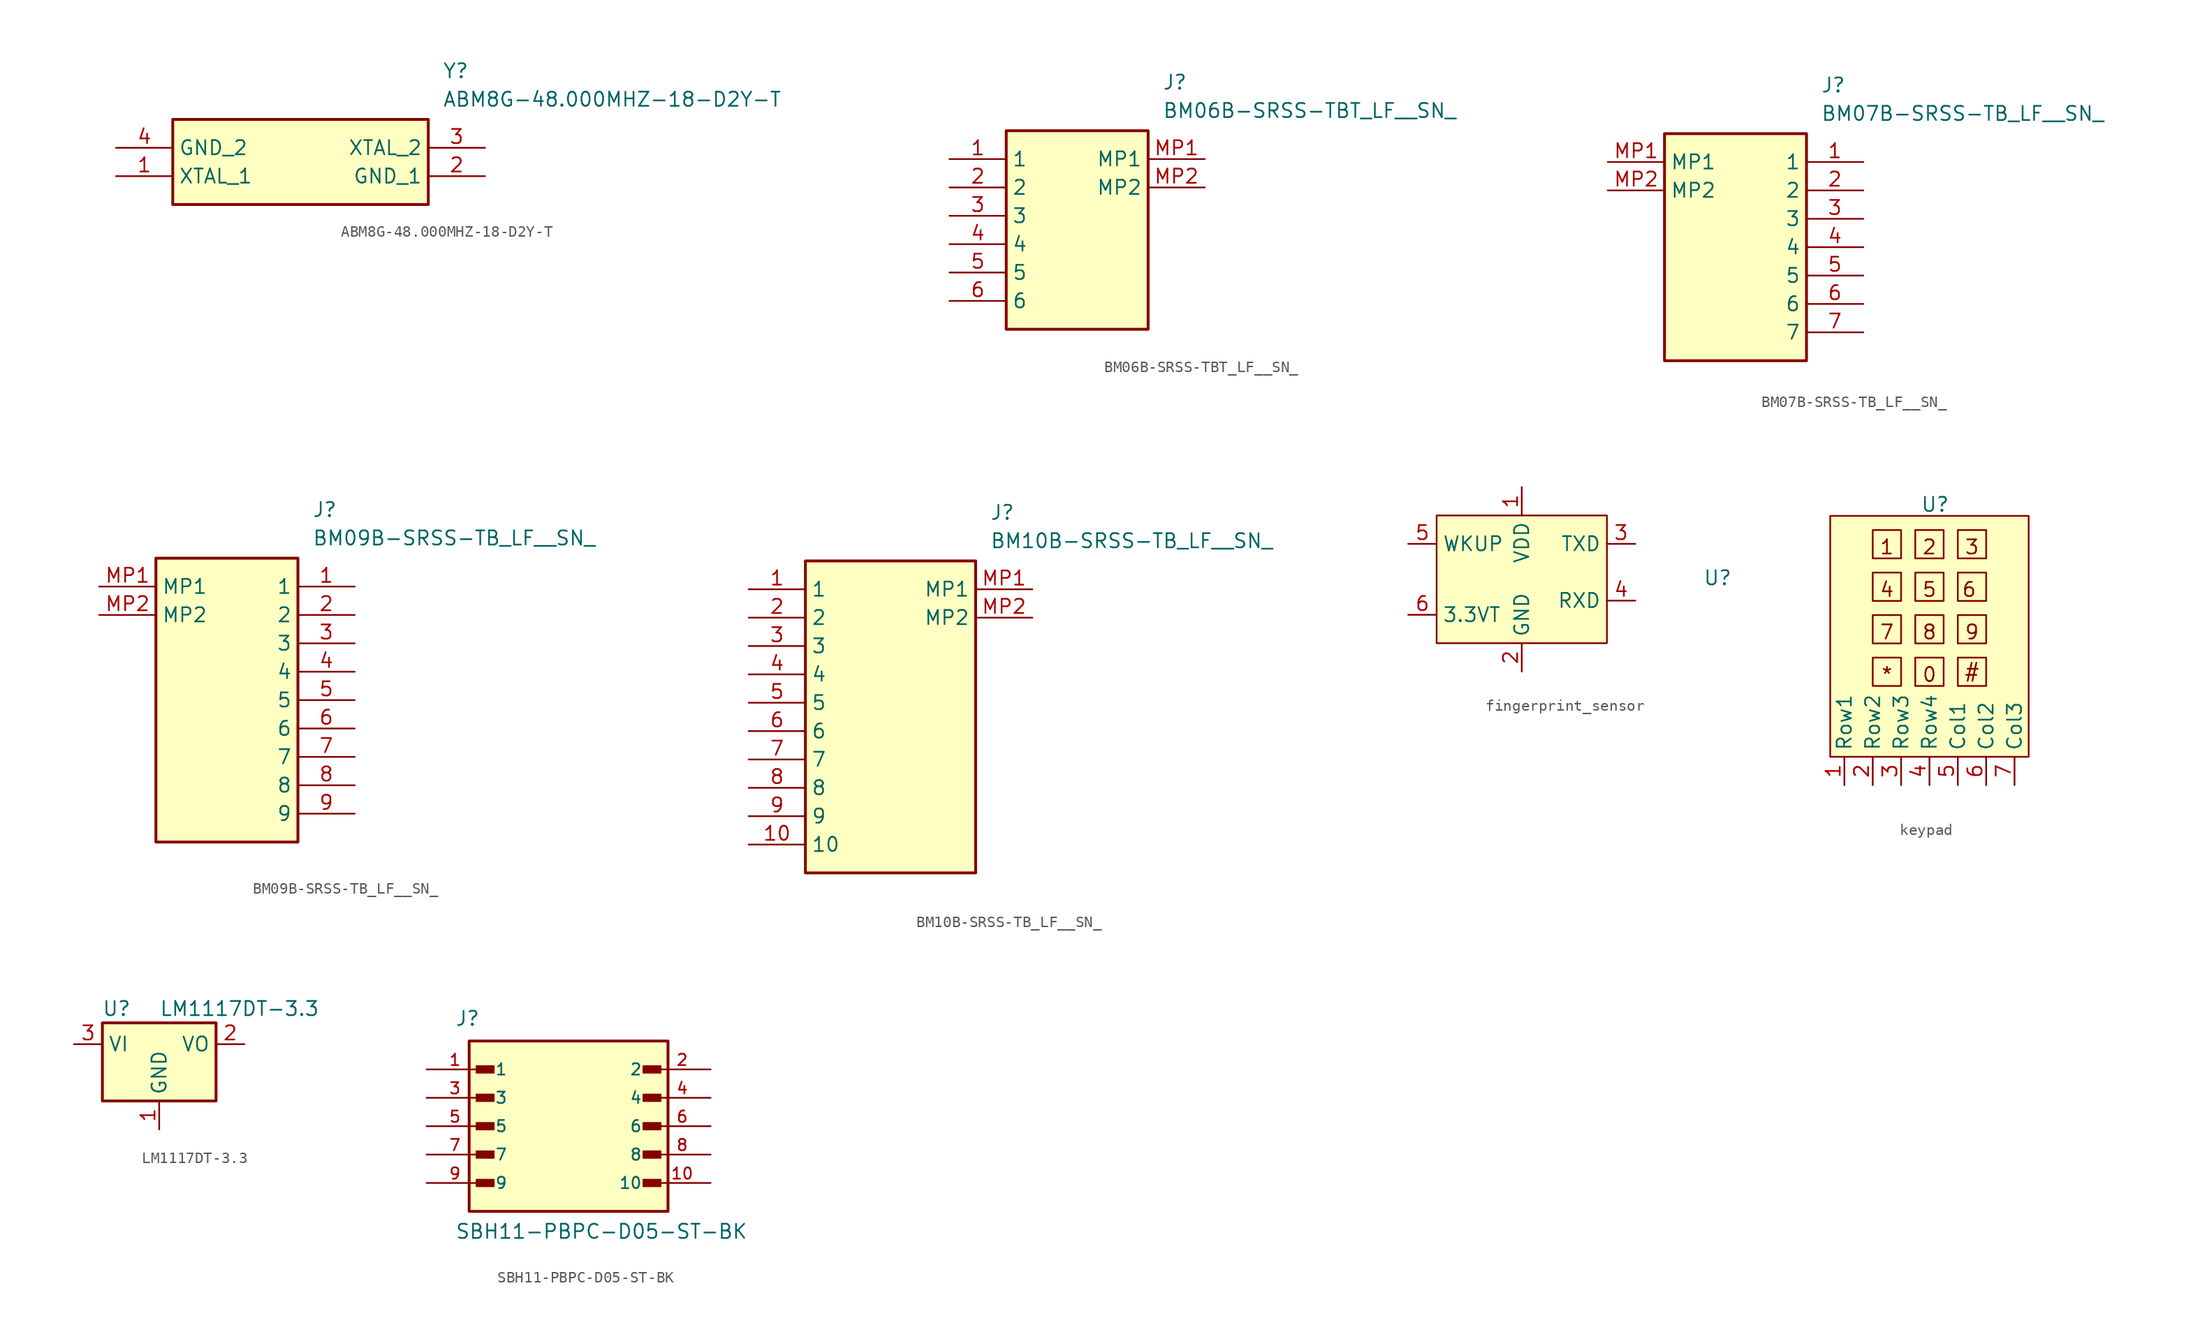
<source format=kicad_sym>
(kicad_symbol_lib
  (version 20231120)
  (generator "kicad_symbol_editor")
  (generator_version "8.0")
  (symbol "ABM8G-48.000MHZ-18-D2Y-T"
    (property "Reference" "Y"
      (at 29.21 7.62 0)
      (effects (font (size 1.27 1.27)) (justify left top)))
    (property "Value" "ABM8G-48.000MHZ-18-D2Y-T"
      (at 29.21 5.08 0)
      (effects (font (size 1.27 1.27)) (justify left top)))
    (symbol "ABM8G-48.000MHZ-18-D2Y-T_1_1"
      (rectangle (start 5.08 2.54) (end 27.94 -5.08) (stroke (width 0.254) (type default)) (fill (type background)))
      (pin passive line (at 0 -2.54 0) (length 5.08) (name "XTAL_1" (effects (font (size 1.27 1.27)))) (number "1" (effects (font (size 1.27 1.27)))))
      (pin passive line (at 33.02 -2.54 180) (length 5.08) (name "GND_1" (effects (font (size 1.27 1.27)))) (number "2" (effects (font (size 1.27 1.27)))))
      (pin passive line (at 33.02 0 180) (length 5.08) (name "XTAL_2" (effects (font (size 1.27 1.27)))) (number "3" (effects (font (size 1.27 1.27)))))
      (pin passive line (at 0 0 0) (length 5.08) (name "GND_2" (effects (font (size 1.27 1.27)))) (number "4" (effects (font (size 1.27 1.27)))))))
  (symbol "BM06B-SRSS-TBT_LF__SN_"
    (property "Reference" "J"
      (at 19.05 7.62 0)
      (effects (font (size 1.27 1.27)) (justify left top)))
    (property "Value" "BM06B-SRSS-TBT_LF__SN_"
      (at 19.05 5.08 0)
      (effects (font (size 1.27 1.27)) (justify left top)))
    (symbol "BM06B-SRSS-TBT_LF__SN__1_1"
      (rectangle (start 5.08 2.54) (end 17.78 -15.24) (stroke (width 0.254) (type default)) (fill (type background)))
      (pin passive line (at 0 0 0) (length 5.08) (name "1" (effects (font (size 1.27 1.27)))) (number "1" (effects (font (size 1.27 1.27)))))
      (pin passive line (at 0 -2.54 0) (length 5.08) (name "2" (effects (font (size 1.27 1.27)))) (number "2" (effects (font (size 1.27 1.27)))))
      (pin passive line (at 0 -5.08 0) (length 5.08) (name "3" (effects (font (size 1.27 1.27)))) (number "3" (effects (font (size 1.27 1.27)))))
      (pin passive line (at 0 -7.62 0) (length 5.08) (name "4" (effects (font (size 1.27 1.27)))) (number "4" (effects (font (size 1.27 1.27)))))
      (pin passive line (at 0 -10.16 0) (length 5.08) (name "5" (effects (font (size 1.27 1.27)))) (number "5" (effects (font (size 1.27 1.27)))))
      (pin passive line (at 0 -12.7 0) (length 5.08) (name "6" (effects (font (size 1.27 1.27)))) (number "6" (effects (font (size 1.27 1.27)))))
      (pin passive line (at 22.86 0 180) (length 5.08) (name "MP1" (effects (font (size 1.27 1.27)))) (number "MP1" (effects (font (size 1.27 1.27)))))
      (pin passive line (at 22.86 -2.54 180) (length 5.08) (name "MP2" (effects (font (size 1.27 1.27)))) (number "MP2" (effects (font (size 1.27 1.27)))))))
  (symbol "BM07B-SRSS-TB_LF__SN_"
    (property "Reference" "J"
      (at 19.05 7.62 0)
      (effects (font (size 1.27 1.27)) (justify left top)))
    (property "Value" "BM07B-SRSS-TB_LF__SN_"
      (at 19.05 5.08 0)
      (effects (font (size 1.27 1.27)) (justify left top)))
    (symbol "BM07B-SRSS-TB_LF__SN__1_1"
      (rectangle (start 5.08 2.54) (end 17.78 -17.78) (stroke (width 0.254) (type default)) (fill (type background)))
      (pin passive line (at 22.86 0 180) (length 5.08) (name "1" (effects (font (size 1.27 1.27)))) (number "1" (effects (font (size 1.27 1.27)))))
      (pin passive line (at 22.86 -2.54 180) (length 5.08) (name "2" (effects (font (size 1.27 1.27)))) (number "2" (effects (font (size 1.27 1.27)))))
      (pin passive line (at 22.86 -5.08 180) (length 5.08) (name "3" (effects (font (size 1.27 1.27)))) (number "3" (effects (font (size 1.27 1.27)))))
      (pin passive line (at 22.86 -7.62 180) (length 5.08) (name "4" (effects (font (size 1.27 1.27)))) (number "4" (effects (font (size 1.27 1.27)))))
      (pin passive line (at 22.86 -10.16 180) (length 5.08) (name "5" (effects (font (size 1.27 1.27)))) (number "5" (effects (font (size 1.27 1.27)))))
      (pin passive line (at 22.86 -12.7 180) (length 5.08) (name "6" (effects (font (size 1.27 1.27)))) (number "6" (effects (font (size 1.27 1.27)))))
      (pin passive line (at 22.86 -15.24 180) (length 5.08) (name "7" (effects (font (size 1.27 1.27)))) (number "7" (effects (font (size 1.27 1.27)))))
      (pin passive line (at 0 0 0) (length 5.08) (name "MP1" (effects (font (size 1.27 1.27)))) (number "MP1" (effects (font (size 1.27 1.27)))))
      (pin passive line (at 0 -2.54 0) (length 5.08) (name "MP2" (effects (font (size 1.27 1.27)))) (number "MP2" (effects (font (size 1.27 1.27)))))))
  (symbol "BM09B-SRSS-TB_LF__SN_"
    (property "Reference" "J"
      (at 19.05 7.62 0)
      (effects (font (size 1.27 1.27)) (justify left top)))
    (property "Value" "BM09B-SRSS-TB_LF__SN_"
      (at 19.05 5.08 0)
      (effects (font (size 1.27 1.27)) (justify left top)))
    (symbol "BM09B-SRSS-TB_LF__SN__1_1"
      (rectangle (start 5.08 2.54) (end 17.78 -22.86) (stroke (width 0.254) (type default)) (fill (type background)))
      (pin passive line (at 22.86 0 180) (length 5.08) (name "1" (effects (font (size 1.27 1.27)))) (number "1" (effects (font (size 1.27 1.27)))))
      (pin passive line (at 22.86 -2.54 180) (length 5.08) (name "2" (effects (font (size 1.27 1.27)))) (number "2" (effects (font (size 1.27 1.27)))))
      (pin passive line (at 22.86 -5.08 180) (length 5.08) (name "3" (effects (font (size 1.27 1.27)))) (number "3" (effects (font (size 1.27 1.27)))))
      (pin passive line (at 22.86 -7.62 180) (length 5.08) (name "4" (effects (font (size 1.27 1.27)))) (number "4" (effects (font (size 1.27 1.27)))))
      (pin passive line (at 22.86 -10.16 180) (length 5.08) (name "5" (effects (font (size 1.27 1.27)))) (number "5" (effects (font (size 1.27 1.27)))))
      (pin passive line (at 22.86 -12.7 180) (length 5.08) (name "6" (effects (font (size 1.27 1.27)))) (number "6" (effects (font (size 1.27 1.27)))))
      (pin passive line (at 22.86 -15.24 180) (length 5.08) (name "7" (effects (font (size 1.27 1.27)))) (number "7" (effects (font (size 1.27 1.27)))))
      (pin passive line (at 22.86 -17.78 180) (length 5.08) (name "8" (effects (font (size 1.27 1.27)))) (number "8" (effects (font (size 1.27 1.27)))))
      (pin passive line (at 22.86 -20.32 180) (length 5.08) (name "9" (effects (font (size 1.27 1.27)))) (number "9" (effects (font (size 1.27 1.27)))))
      (pin passive line (at 0 0 0) (length 5.08) (name "MP1" (effects (font (size 1.27 1.27)))) (number "MP1" (effects (font (size 1.27 1.27)))))
      (pin passive line (at 0 -2.54 0) (length 5.08) (name "MP2" (effects (font (size 1.27 1.27)))) (number "MP2" (effects (font (size 1.27 1.27)))))))
  (symbol "BM10B-SRSS-TB_LF__SN_"
    (property "Reference" "J"
      (at 21.59 7.62 0)
      (effects (font (size 1.27 1.27)) (justify left top)))
    (property "Value" "BM10B-SRSS-TB_LF__SN_"
      (at 21.59 5.08 0)
      (effects (font (size 1.27 1.27)) (justify left top)))
    (symbol "BM10B-SRSS-TB_LF__SN__1_1"
      (rectangle (start 5.08 2.54) (end 20.32 -25.4) (stroke (width 0.254) (type default)) (fill (type background)))
      (pin passive line (at 0 0 0) (length 5.08) (name "1" (effects (font (size 1.27 1.27)))) (number "1" (effects (font (size 1.27 1.27)))))
      (pin passive line (at 0 -22.86 0) (length 5.08) (name "10" (effects (font (size 1.27 1.27)))) (number "10" (effects (font (size 1.27 1.27)))))
      (pin passive line (at 0 -2.54 0) (length 5.08) (name "2" (effects (font (size 1.27 1.27)))) (number "2" (effects (font (size 1.27 1.27)))))
      (pin passive line (at 0 -5.08 0) (length 5.08) (name "3" (effects (font (size 1.27 1.27)))) (number "3" (effects (font (size 1.27 1.27)))))
      (pin passive line (at 0 -7.62 0) (length 5.08) (name "4" (effects (font (size 1.27 1.27)))) (number "4" (effects (font (size 1.27 1.27)))))
      (pin passive line (at 0 -10.16 0) (length 5.08) (name "5" (effects (font (size 1.27 1.27)))) (number "5" (effects (font (size 1.27 1.27)))))
      (pin passive line (at 0 -12.7 0) (length 5.08) (name "6" (effects (font (size 1.27 1.27)))) (number "6" (effects (font (size 1.27 1.27)))))
      (pin passive line (at 0 -15.24 0) (length 5.08) (name "7" (effects (font (size 1.27 1.27)))) (number "7" (effects (font (size 1.27 1.27)))))
      (pin passive line (at 0 -17.78 0) (length 5.08) (name "8" (effects (font (size 1.27 1.27)))) (number "8" (effects (font (size 1.27 1.27)))))
      (pin passive line (at 0 -20.32 0) (length 5.08) (name "9" (effects (font (size 1.27 1.27)))) (number "9" (effects (font (size 1.27 1.27)))))
      (pin passive line (at 25.4 0 180) (length 5.08) (name "MP1" (effects (font (size 1.27 1.27)))) (number "MP1" (effects (font (size 1.27 1.27)))))
      (pin passive line (at 25.4 -2.54 180) (length 5.08) (name "MP2" (effects (font (size 1.27 1.27)))) (number "MP2" (effects (font (size 1.27 1.27)))))))
  (symbol "fingerprint_sensor"
    (property "Reference" "U"
      (at 17.526 -5.588 0)
      (effects (font (size 1.27 1.27))))
    (property "Value" ""
      (at 0 0 0)
      (effects (font (size 1.27 1.27))))
    (symbol "fingerprint_sensor_1_1"
      (rectangle (start -7.62 0) (end 7.62 -11.43) (stroke (width 0) (type default)) (fill (type background)))
      (pin input line (at 0 2.54 270) (length 2.54) (name "VDD" (effects (font (size 1.27 1.27)))) (number "1" (effects (font (size 1.27 1.27)))))
      (pin input line (at 0 -13.97 90) (length 2.54) (name "GND" (effects (font (size 1.27 1.27)))) (number "2" (effects (font (size 1.27 1.27)))))
      (pin output line (at 10.16 -2.54 180) (length 2.54) (name "TXD" (effects (font (size 1.27 1.27)))) (number "3" (effects (font (size 1.27 1.27)))))
      (pin input line (at 10.16 -7.62 180) (length 2.54) (name "RXD" (effects (font (size 1.27 1.27)))) (number "4" (effects (font (size 1.27 1.27)))))
      (pin bidirectional line (at -10.16 -2.54 0) (length 2.54) (name "WKUP" (effects (font (size 1.27 1.27)))) (number "5" (effects (font (size 1.27 1.27)))))
      (pin bidirectional line (at -10.16 -8.89 0) (length 2.54) (name "3.3VT" (effects (font (size 1.27 1.27)))) (number "6" (effects (font (size 1.27 1.27)))))))
  (symbol "keypad"
    (property "Reference" "U"
      (at 0.508 1.016 0)
      (effects (font (size 1.27 1.27))))
    (property "Value" ""
      (at 0 0 0)
      (effects (font (size 1.27 1.27))))
    (symbol "keypad_1_1"
      (rectangle (start -8.89 0) (end 8.89 -21.59) (stroke (width 0) (type default)) (fill (type background)))
      (rectangle (start -5.08 -12.7) (end -2.54 -15.24) (stroke (width 0) (type default)) (fill (type none)))
      (rectangle (start -5.08 -8.89) (end -2.54 -11.43) (stroke (width 0) (type default)) (fill (type none)))
      (rectangle (start -5.08 -5.08) (end -2.54 -7.62) (stroke (width 0) (type default)) (fill (type none)))
      (rectangle (start -5.08 -1.27) (end -2.54 -3.81) (stroke (width 0) (type default)) (fill (type none)))
      (rectangle (start -1.27 -12.7) (end 1.27 -15.24) (stroke (width 0) (type default)) (fill (type none)))
      (rectangle (start -1.27 -8.89) (end 1.27 -11.43) (stroke (width 0) (type default)) (fill (type none)))
      (rectangle (start -1.27 -5.08) (end 1.27 -7.62) (stroke (width 0) (type default)) (fill (type none)))
      (rectangle (start -1.27 -1.27) (end 1.27 -3.81) (stroke (width 0) (type default)) (fill (type none)))
      (rectangle (start 2.54 -12.7) (end 5.08 -15.24) (stroke (width 0) (type default)) (fill (type none)))
      (rectangle (start 2.54 -8.89) (end 5.08 -11.43) (stroke (width 0) (type default)) (fill (type none)))
      (rectangle (start 2.54 -5.08) (end 5.08 -7.62) (stroke (width 0) (type default)) (fill (type none)))
      (rectangle (start 2.54 -1.27) (end 5.08 -3.81) (stroke (width 0) (type default)) (fill (type none)))
      (text "#\n" (at 3.81 -13.97 0) (effects (font (size 1.27 1.27))))
      (text "*\n" (at -3.81 -14.224 0) (effects (font (size 1.27 1.27))))
      (text "0" (at 0 -14.224 0) (effects (font (size 1.27 1.27))))
      (text "1\n" (at -3.81 -2.794 0) (effects (font (size 1.27 1.27))))
      (text "2" (at 0 -2.794 0) (effects (font (size 1.27 1.27))))
      (text "3" (at 3.81 -2.794 0) (effects (font (size 1.27 1.27))))
      (text "4" (at -3.81 -6.604 0) (effects (font (size 1.27 1.27))))
      (text "5" (at 0 -6.604 0) (effects (font (size 1.27 1.27))))
      (text "6" (at 3.556 -6.604 0) (effects (font (size 1.27 1.27))))
      (text "7" (at -3.81 -10.414 0) (effects (font (size 1.27 1.27))))
      (text "8" (at 0 -10.414 0) (effects (font (size 1.27 1.27))))
      (text "9" (at 3.81 -10.414 0) (effects (font (size 1.27 1.27))))
      (pin bidirectional line (at -7.62 -24.13 90) (length 2.54) (name "Row1" (effects (font (size 1.27 1.27)))) (number "1" (effects (font (size 1.27 1.27)))))
      (pin bidirectional line (at -5.08 -24.13 90) (length 2.54) (name "Row2" (effects (font (size 1.27 1.27)))) (number "2" (effects (font (size 1.27 1.27)))))
      (pin bidirectional line (at -2.54 -24.13 90) (length 2.54) (name "Row3" (effects (font (size 1.27 1.27)))) (number "3" (effects (font (size 1.27 1.27)))))
      (pin bidirectional line (at 0 -24.13 90) (length 2.54) (name "Row4" (effects (font (size 1.27 1.27)))) (number "4" (effects (font (size 1.27 1.27)))))
      (pin bidirectional line (at 2.54 -24.13 90) (length 2.54) (name "Col1" (effects (font (size 1.27 1.27)))) (number "5" (effects (font (size 1.27 1.27)))))
      (pin bidirectional line (at 5.08 -24.13 90) (length 2.54) (name "Col2" (effects (font (size 1.27 1.27)))) (number "6" (effects (font (size 1.27 1.27)))))
      (pin bidirectional line (at 7.62 -24.13 90) (length 2.54) (name "Col3" (effects (font (size 1.27 1.27)))) (number "7" (effects (font (size 1.27 1.27)))))))
  (symbol "LM1117DT-3.3"
    (property "Reference" "U"
      (at -3.81 3.175 0)
      (effects (font (size 1.27 1.27))))
    (property "Value" "LM1117DT-3.3"
      (at 0 3.175 0)
      (effects (font (size 1.27 1.27)) (justify left)))
    (symbol "LM1117DT-3.3_0_1"
      (rectangle (start -5.08 -5.08) (end 5.08 1.905) (stroke (width 0.254) (type default)) (fill (type background))))
    (symbol "LM1117DT-3.3_1_1"
      (pin power_in line (at 0 -7.62 90) (length 2.54) (name "GND" (effects (font (size 1.27 1.27)))) (number "1" (effects (font (size 1.27 1.27)))))
      (pin power_out line (at 7.62 0 180) (length 2.54) (name "VO" (effects (font (size 1.27 1.27)))) (number "2" (effects (font (size 1.27 1.27)))))
      (pin power_in line (at -7.62 0 0) (length 2.54) (name "VI" (effects (font (size 1.27 1.27)))) (number "3" (effects (font (size 1.27 1.27)))))))
  (symbol "SBH11-PBPC-D05-ST-BK"
    (pin_names
      (offset 1.016))
    (property "Reference" "J"
      (at -10.16 8.89 0)
      (effects (font (size 1.27 1.27)) (justify left bottom)))
    (property "Value" "SBH11-PBPC-D05-ST-BK"
      (at -10.16 -10.16 0)
      (effects (font (size 1.27 1.27)) (justify left bottom)))
    (symbol "SBH11-PBPC-D05-ST-BK_0_0"
      (rectangle (start -8.89 -7.62) (end 8.89 7.62) (stroke (width 0.254) (type default)) (fill (type background)))
      (rectangle (start -8.255 -5.397) (end -6.668 -4.763) (stroke (width 0.1) (type default)) (fill (type outline)))
      (rectangle (start -8.255 -2.857) (end -6.668 -2.223) (stroke (width 0.1) (type default)) (fill (type outline)))
      (rectangle (start -8.255 -0.318) (end -6.668 0.318) (stroke (width 0.1) (type default)) (fill (type outline)))
      (rectangle (start -8.255 2.223) (end -6.668 2.857) (stroke (width 0.1) (type default)) (fill (type outline)))
      (rectangle (start -8.255 4.763) (end -6.668 5.397) (stroke (width 0.1) (type default)) (fill (type outline)))
      (rectangle (start 6.668 -5.397) (end 8.255 -4.763) (stroke (width 0.1) (type default)) (fill (type outline)))
      (rectangle (start 6.668 -2.857) (end 8.255 -2.223) (stroke (width 0.1) (type default)) (fill (type outline)))
      (rectangle (start 6.668 -0.318) (end 8.255 0.318) (stroke (width 0.1) (type default)) (fill (type outline)))
      (rectangle (start 6.668 2.223) (end 8.255 2.857) (stroke (width 0.1) (type default)) (fill (type outline)))
      (rectangle (start 6.668 4.763) (end 8.255 5.397) (stroke (width 0.1) (type default)) (fill (type outline)))
      (pin passive line (at -12.7 5.08 0) (length 5.08) (name "1" (effects (font (size 1.016 1.016)))) (number "1" (effects (font (size 1.016 1.016)))))
      (pin passive line (at 12.7 -5.08 180) (length 5.08) (name "10" (effects (font (size 1.016 1.016)))) (number "10" (effects (font (size 1.016 1.016)))))
      (pin passive line (at 12.7 5.08 180) (length 5.08) (name "2" (effects (font (size 1.016 1.016)))) (number "2" (effects (font (size 1.016 1.016)))))
      (pin passive line (at -12.7 2.54 0) (length 5.08) (name "3" (effects (font (size 1.016 1.016)))) (number "3" (effects (font (size 1.016 1.016)))))
      (pin passive line (at 12.7 2.54 180) (length 5.08) (name "4" (effects (font (size 1.016 1.016)))) (number "4" (effects (font (size 1.016 1.016)))))
      (pin passive line (at -12.7 0 0) (length 5.08) (name "5" (effects (font (size 1.016 1.016)))) (number "5" (effects (font (size 1.016 1.016)))))
      (pin passive line (at 12.7 0 180) (length 5.08) (name "6" (effects (font (size 1.016 1.016)))) (number "6" (effects (font (size 1.016 1.016)))))
      (pin passive line (at -12.7 -2.54 0) (length 5.08) (name "7" (effects (font (size 1.016 1.016)))) (number "7" (effects (font (size 1.016 1.016)))))
      (pin passive line (at 12.7 -2.54 180) (length 5.08) (name "8" (effects (font (size 1.016 1.016)))) (number "8" (effects (font (size 1.016 1.016)))))
      (pin passive line (at -12.7 -5.08 0) (length 5.08) (name "9" (effects (font (size 1.016 1.016)))) (number "9" (effects (font (size 1.016 1.016))))))))
</source>
